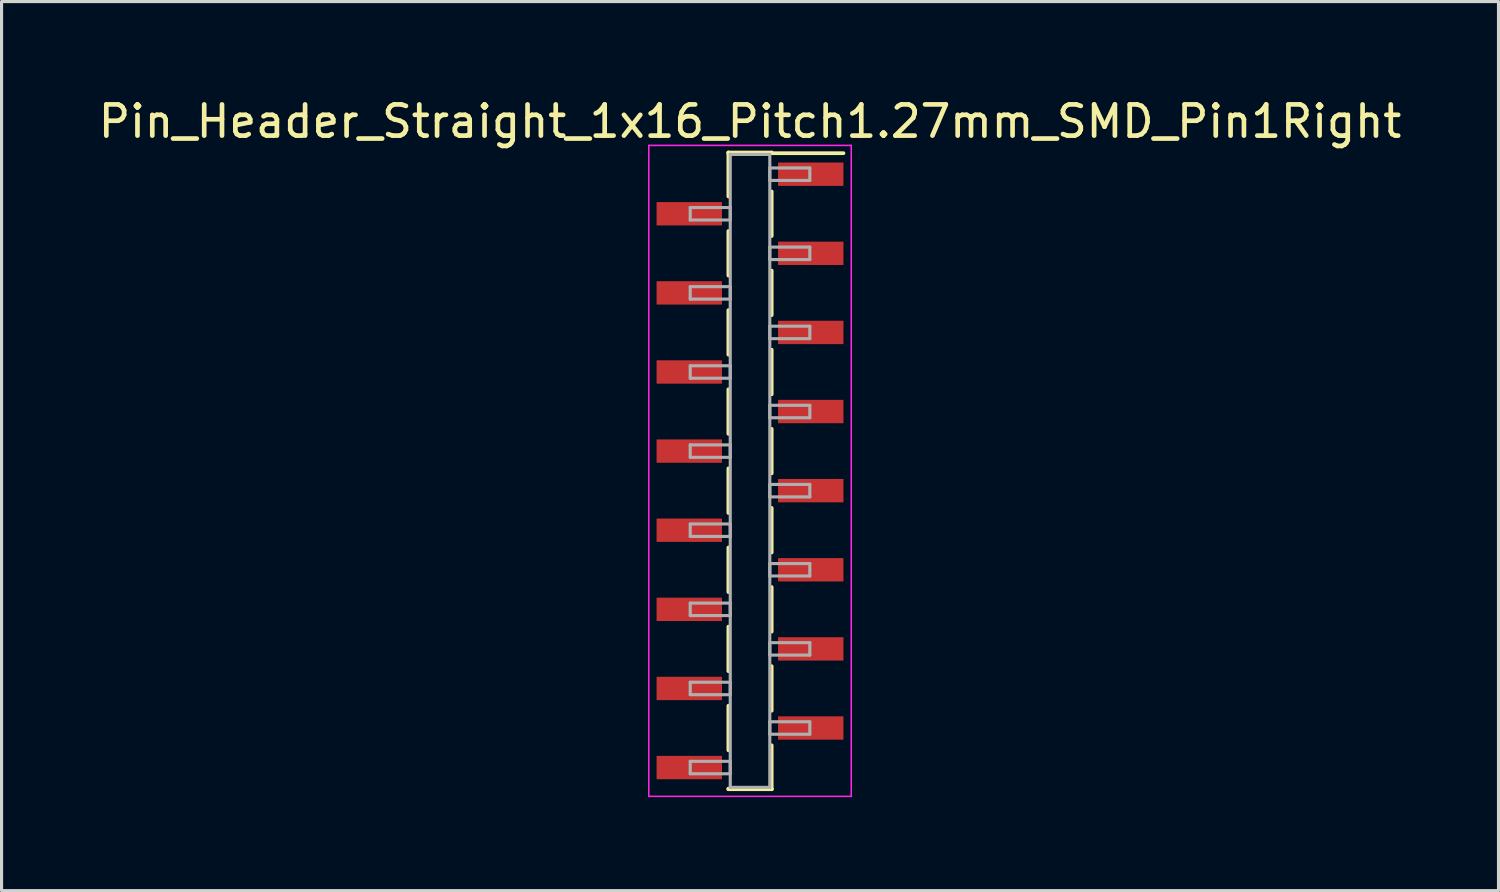
<source format=kicad_pcb>
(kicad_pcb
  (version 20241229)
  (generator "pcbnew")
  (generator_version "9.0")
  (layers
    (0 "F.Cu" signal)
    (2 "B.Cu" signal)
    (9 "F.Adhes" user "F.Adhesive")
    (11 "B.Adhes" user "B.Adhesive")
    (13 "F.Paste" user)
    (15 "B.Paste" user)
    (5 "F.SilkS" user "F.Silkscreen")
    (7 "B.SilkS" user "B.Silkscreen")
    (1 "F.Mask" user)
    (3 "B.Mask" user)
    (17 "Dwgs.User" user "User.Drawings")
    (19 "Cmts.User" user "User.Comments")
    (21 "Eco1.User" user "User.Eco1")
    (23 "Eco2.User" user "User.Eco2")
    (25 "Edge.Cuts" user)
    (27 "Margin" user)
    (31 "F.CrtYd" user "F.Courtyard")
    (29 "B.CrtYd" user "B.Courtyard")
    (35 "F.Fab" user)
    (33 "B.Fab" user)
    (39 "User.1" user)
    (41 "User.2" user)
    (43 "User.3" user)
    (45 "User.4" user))
  (footprint "Pin_Header_Straight_1x16_Pitch1.27mm_SMD_Pin1Right"
    (layer "F.Cu")
    (at 21.03 12.068)
    (property "Reference" "Pin_Header_Straight_1x16_Pitch1.27mm_SMD_Pin1Right" (at 0 -11.22 0) (layer "F.SilkS") (effects (font (size 1 1) (thickness 0.15))))
    (attr smd)
    (fp_line (start -0.695 -10.22) (end -0.695 -8.81) (stroke (width 0.12) (type solid)) (layer "F.SilkS"))
    (fp_line (start -0.695 -10.22) (end 0.695 -10.22) (stroke (width 0.12) (type solid)) (layer "F.SilkS"))
    (fp_line (start -0.695 -10.2) (end -0.695 -10.22) (stroke (width 0.12) (type solid)) (layer "F.SilkS"))
    (fp_line (start -0.695 -7.7) (end -0.695 -6.27) (stroke (width 0.12) (type solid)) (layer "F.SilkS"))
    (fp_line (start -0.695 -5.16) (end -0.695 -3.73) (stroke (width 0.12) (type solid)) (layer "F.SilkS"))
    (fp_line (start -0.695 -2.62) (end -0.695 -1.19) (stroke (width 0.12) (type solid)) (layer "F.SilkS"))
    (fp_line (start -0.695 -0.08) (end -0.695 1.35) (stroke (width 0.12) (type solid)) (layer "F.SilkS"))
    (fp_line (start -0.695 2.46) (end -0.695 3.89) (stroke (width 0.12) (type solid)) (layer "F.SilkS"))
    (fp_line (start -0.695 5) (end -0.695 6.43) (stroke (width 0.12) (type solid)) (layer "F.SilkS"))
    (fp_line (start -0.695 7.54) (end -0.695 8.97) (stroke (width 0.12) (type solid)) (layer "F.SilkS"))
    (fp_line (start -0.695 10.2) (end -0.695 10.22) (stroke (width 0.12) (type solid)) (layer "F.SilkS"))
    (fp_line (start -0.695 10.22) (end 0.695 10.22) (stroke (width 0.12) (type solid)) (layer "F.SilkS"))
    (fp_line (start 0.695 -10.22) (end 0.695 -10.2) (stroke (width 0.12) (type solid)) (layer "F.SilkS"))
    (fp_line (start 0.695 -10.2) (end 3 -10.2) (stroke (width 0.12) (type solid)) (layer "F.SilkS"))
    (fp_line (start 0.695 -8.97) (end 0.695 -7.54) (stroke (width 0.12) (type solid)) (layer "F.SilkS"))
    (fp_line (start 0.695 -6.43) (end 0.695 -5) (stroke (width 0.12) (type solid)) (layer "F.SilkS"))
    (fp_line (start 0.695 -3.89) (end 0.695 -2.46) (stroke (width 0.12) (type solid)) (layer "F.SilkS"))
    (fp_line (start 0.695 -1.35) (end 0.695 0.08) (stroke (width 0.12) (type solid)) (layer "F.SilkS"))
    (fp_line (start 0.695 1.19) (end 0.695 2.62) (stroke (width 0.12) (type solid)) (layer "F.SilkS"))
    (fp_line (start 0.695 3.73) (end 0.695 5.16) (stroke (width 0.12) (type solid)) (layer "F.SilkS"))
    (fp_line (start 0.695 6.27) (end 0.695 7.7) (stroke (width 0.12) (type solid)) (layer "F.SilkS"))
    (fp_line (start 0.695 8.81) (end 0.695 10.22) (stroke (width 0.12) (type solid)) (layer "F.SilkS"))
    (fp_line (start 0.695 10.22) (end 0.695 10.2) (stroke (width 0.12) (type solid)) (layer "F.SilkS"))
    (fp_line (start -3.25 -10.45) (end -3.25 10.45) (stroke (width 0.05) (type solid)) (layer "F.CrtYd"))
    (fp_line (start -3.25 10.45) (end 3.25 10.45) (stroke (width 0.05) (type solid)) (layer "F.CrtYd"))
    (fp_line (start 3.25 -10.45) (end -3.25 -10.45) (stroke (width 0.05) (type solid)) (layer "F.CrtYd"))
    (fp_line (start 3.25 10.45) (end 3.25 -10.45) (stroke (width 0.05) (type solid)) (layer "F.CrtYd"))
    (fp_line (start -1.92 -8.455) (end -0.635 -8.455) (stroke (width 0.1) (type solid)) (layer "F.Fab"))
    (fp_line (start -1.92 -8.055) (end -1.92 -8.455) (stroke (width 0.1) (type solid)) (layer "F.Fab"))
    (fp_line (start -1.92 -5.915) (end -0.635 -5.915) (stroke (width 0.1) (type solid)) (layer "F.Fab"))
    (fp_line (start -1.92 -5.515) (end -1.92 -5.915) (stroke (width 0.1) (type solid)) (layer "F.Fab"))
    (fp_line (start -1.92 -3.375) (end -0.635 -3.375) (stroke (width 0.1) (type solid)) (layer "F.Fab"))
    (fp_line (start -1.92 -2.975) (end -1.92 -3.375) (stroke (width 0.1) (type solid)) (layer "F.Fab"))
    (fp_line (start -1.92 -0.835) (end -0.635 -0.835) (stroke (width 0.1) (type solid)) (layer "F.Fab"))
    (fp_line (start -1.92 -0.435) (end -1.92 -0.835) (stroke (width 0.1) (type solid)) (layer "F.Fab"))
    (fp_line (start -1.92 1.705) (end -0.635 1.705) (stroke (width 0.1) (type solid)) (layer "F.Fab"))
    (fp_line (start -1.92 2.105) (end -1.92 1.705) (stroke (width 0.1) (type solid)) (layer "F.Fab"))
    (fp_line (start -1.92 4.245) (end -0.635 4.245) (stroke (width 0.1) (type solid)) (layer "F.Fab"))
    (fp_line (start -1.92 4.645) (end -1.92 4.245) (stroke (width 0.1) (type solid)) (layer "F.Fab"))
    (fp_line (start -1.92 6.785) (end -0.635 6.785) (stroke (width 0.1) (type solid)) (layer "F.Fab"))
    (fp_line (start -1.92 7.185) (end -1.92 6.785) (stroke (width 0.1) (type solid)) (layer "F.Fab"))
    (fp_line (start -1.92 9.325) (end -0.635 9.325) (stroke (width 0.1) (type solid)) (layer "F.Fab"))
    (fp_line (start -1.92 9.725) (end -1.92 9.325) (stroke (width 0.1) (type solid)) (layer "F.Fab"))
    (fp_line (start -0.635 -10.16) (end -0.635 10.16) (stroke (width 0.1) (type solid)) (layer "F.Fab"))
    (fp_line (start -0.635 -8.455) (end -0.635 -8.055) (stroke (width 0.1) (type solid)) (layer "F.Fab"))
    (fp_line (start -0.635 -8.055) (end -1.92 -8.055) (stroke (width 0.1) (type solid)) (layer "F.Fab"))
    (fp_line (start -0.635 -5.915) (end -0.635 -5.515) (stroke (width 0.1) (type solid)) (layer "F.Fab"))
    (fp_line (start -0.635 -5.515) (end -1.92 -5.515) (stroke (width 0.1) (type solid)) (layer "F.Fab"))
    (fp_line (start -0.635 -3.375) (end -0.635 -2.975) (stroke (width 0.1) (type solid)) (layer "F.Fab"))
    (fp_line (start -0.635 -2.975) (end -1.92 -2.975) (stroke (width 0.1) (type solid)) (layer "F.Fab"))
    (fp_line (start -0.635 -0.835) (end -0.635 -0.435) (stroke (width 0.1) (type solid)) (layer "F.Fab"))
    (fp_line (start -0.635 -0.435) (end -1.92 -0.435) (stroke (width 0.1) (type solid)) (layer "F.Fab"))
    (fp_line (start -0.635 1.705) (end -0.635 2.105) (stroke (width 0.1) (type solid)) (layer "F.Fab"))
    (fp_line (start -0.635 2.105) (end -1.92 2.105) (stroke (width 0.1) (type solid)) (layer "F.Fab"))
    (fp_line (start -0.635 4.245) (end -0.635 4.645) (stroke (width 0.1) (type solid)) (layer "F.Fab"))
    (fp_line (start -0.635 4.645) (end -1.92 4.645) (stroke (width 0.1) (type solid)) (layer "F.Fab"))
    (fp_line (start -0.635 6.785) (end -0.635 7.185) (stroke (width 0.1) (type solid)) (layer "F.Fab"))
    (fp_line (start -0.635 7.185) (end -1.92 7.185) (stroke (width 0.1) (type solid)) (layer "F.Fab"))
    (fp_line (start -0.635 9.325) (end -0.635 9.725) (stroke (width 0.1) (type solid)) (layer "F.Fab"))
    (fp_line (start -0.635 9.725) (end -1.92 9.725) (stroke (width 0.1) (type solid)) (layer "F.Fab"))
    (fp_line (start -0.635 10.16) (end 0.635 10.16) (stroke (width 0.1) (type solid)) (layer "F.Fab"))
    (fp_line (start 0.635 -10.16) (end -0.635 -10.16) (stroke (width 0.1) (type solid)) (layer "F.Fab"))
    (fp_line (start 0.635 -9.725) (end 0.635 -9.325) (stroke (width 0.1) (type solid)) (layer "F.Fab"))
    (fp_line (start 0.635 -9.325) (end 1.92 -9.325) (stroke (width 0.1) (type solid)) (layer "F.Fab"))
    (fp_line (start 0.635 -7.185) (end 0.635 -6.785) (stroke (width 0.1) (type solid)) (layer "F.Fab"))
    (fp_line (start 0.635 -6.785) (end 1.92 -6.785) (stroke (width 0.1) (type solid)) (layer "F.Fab"))
    (fp_line (start 0.635 -4.645) (end 0.635 -4.245) (stroke (width 0.1) (type solid)) (layer "F.Fab"))
    (fp_line (start 0.635 -4.245) (end 1.92 -4.245) (stroke (width 0.1) (type solid)) (layer "F.Fab"))
    (fp_line (start 0.635 -2.105) (end 0.635 -1.705) (stroke (width 0.1) (type solid)) (layer "F.Fab"))
    (fp_line (start 0.635 -1.705) (end 1.92 -1.705) (stroke (width 0.1) (type solid)) (layer "F.Fab"))
    (fp_line (start 0.635 0.435) (end 0.635 0.835) (stroke (width 0.1) (type solid)) (layer "F.Fab"))
    (fp_line (start 0.635 0.835) (end 1.92 0.835) (stroke (width 0.1) (type solid)) (layer "F.Fab"))
    (fp_line (start 0.635 2.975) (end 0.635 3.375) (stroke (width 0.1) (type solid)) (layer "F.Fab"))
    (fp_line (start 0.635 3.375) (end 1.92 3.375) (stroke (width 0.1) (type solid)) (layer "F.Fab"))
    (fp_line (start 0.635 5.515) (end 0.635 5.915) (stroke (width 0.1) (type solid)) (layer "F.Fab"))
    (fp_line (start 0.635 5.915) (end 1.92 5.915) (stroke (width 0.1) (type solid)) (layer "F.Fab"))
    (fp_line (start 0.635 8.055) (end 0.635 8.455) (stroke (width 0.1) (type solid)) (layer "F.Fab"))
    (fp_line (start 0.635 8.455) (end 1.92 8.455) (stroke (width 0.1) (type solid)) (layer "F.Fab"))
    (fp_line (start 0.635 10.16) (end 0.635 -10.16) (stroke (width 0.1) (type solid)) (layer "F.Fab"))
    (fp_line (start 1.92 -9.725) (end 0.635 -9.725) (stroke (width 0.1) (type solid)) (layer "F.Fab"))
    (fp_line (start 1.92 -9.325) (end 1.92 -9.725) (stroke (width 0.1) (type solid)) (layer "F.Fab"))
    (fp_line (start 1.92 -7.185) (end 0.635 -7.185) (stroke (width 0.1) (type solid)) (layer "F.Fab"))
    (fp_line (start 1.92 -6.785) (end 1.92 -7.185) (stroke (width 0.1) (type solid)) (layer "F.Fab"))
    (fp_line (start 1.92 -4.645) (end 0.635 -4.645) (stroke (width 0.1) (type solid)) (layer "F.Fab"))
    (fp_line (start 1.92 -4.245) (end 1.92 -4.645) (stroke (width 0.1) (type solid)) (layer "F.Fab"))
    (fp_line (start 1.92 -2.105) (end 0.635 -2.105) (stroke (width 0.1) (type solid)) (layer "F.Fab"))
    (fp_line (start 1.92 -1.705) (end 1.92 -2.105) (stroke (width 0.1) (type solid)) (layer "F.Fab"))
    (fp_line (start 1.92 0.435) (end 0.635 0.435) (stroke (width 0.1) (type solid)) (layer "F.Fab"))
    (fp_line (start 1.92 0.835) (end 1.92 0.435) (stroke (width 0.1) (type solid)) (layer "F.Fab"))
    (fp_line (start 1.92 2.975) (end 0.635 2.975) (stroke (width 0.1) (type solid)) (layer "F.Fab"))
    (fp_line (start 1.92 3.375) (end 1.92 2.975) (stroke (width 0.1) (type solid)) (layer "F.Fab"))
    (fp_line (start 1.92 5.515) (end 0.635 5.515) (stroke (width 0.1) (type solid)) (layer "F.Fab"))
    (fp_line (start 1.92 5.915) (end 1.92 5.515) (stroke (width 0.1) (type solid)) (layer "F.Fab"))
    (fp_line (start 1.92 8.055) (end 0.635 8.055) (stroke (width 0.1) (type solid)) (layer "F.Fab"))
    (fp_line (start 1.92 8.455) (end 1.92 8.055) (stroke (width 0.1) (type solid)) (layer "F.Fab"))
    (pad "1" smd rect (at 1.95 -9.525) (size 2.1 0.75) (layers "F.Cu" "F.Mask"))
    (pad "2" smd rect (at -1.95 -8.255) (size 2.1 0.75) (layers "F.Cu" "F.Mask"))
    (pad "3" smd rect (at 1.95 -6.985) (size 2.1 0.75) (layers "F.Cu" "F.Mask"))
    (pad "4" smd rect (at -1.95 -5.715) (size 2.1 0.75) (layers "F.Cu" "F.Mask"))
    (pad "5" smd rect (at 1.95 -4.445) (size 2.1 0.75) (layers "F.Cu" "F.Mask"))
    (pad "6" smd rect (at -1.95 -3.175) (size 2.1 0.75) (layers "F.Cu" "F.Mask"))
    (pad "7" smd rect (at 1.95 -1.905) (size 2.1 0.75) (layers "F.Cu" "F.Mask"))
    (pad "8" smd rect (at -1.95 -0.635) (size 2.1 0.75) (layers "F.Cu" "F.Mask"))
    (pad "9" smd rect (at 1.95 0.635) (size 2.1 0.75) (layers "F.Cu" "F.Mask"))
    (pad "10" smd rect (at -1.95 1.905) (size 2.1 0.75) (layers "F.Cu" "F.Mask"))
    (pad "11" smd rect (at 1.95 3.175) (size 2.1 0.75) (layers "F.Cu" "F.Mask"))
    (pad "12" smd rect (at -1.95 4.445) (size 2.1 0.75) (layers "F.Cu" "F.Mask"))
    (pad "13" smd rect (at 1.95 5.715) (size 2.1 0.75) (layers "F.Cu" "F.Mask"))
    (pad "14" smd rect (at -1.95 6.985) (size 2.1 0.75) (layers "F.Cu" "F.Mask"))
    (pad "15" smd rect (at 1.95 8.255) (size 2.1 0.75) (layers "F.Cu" "F.Mask"))
    (pad "16" smd rect (at -1.95 9.525) (size 2.1 0.75) (layers "F.Cu" "F.Mask")))
  (gr_rect
    (start -3 -3)
    (end 45.06 25.543)
    (stroke (width 0.1) (type default))
    (fill no)
    (layer "Edge.Cuts")))
</source>
